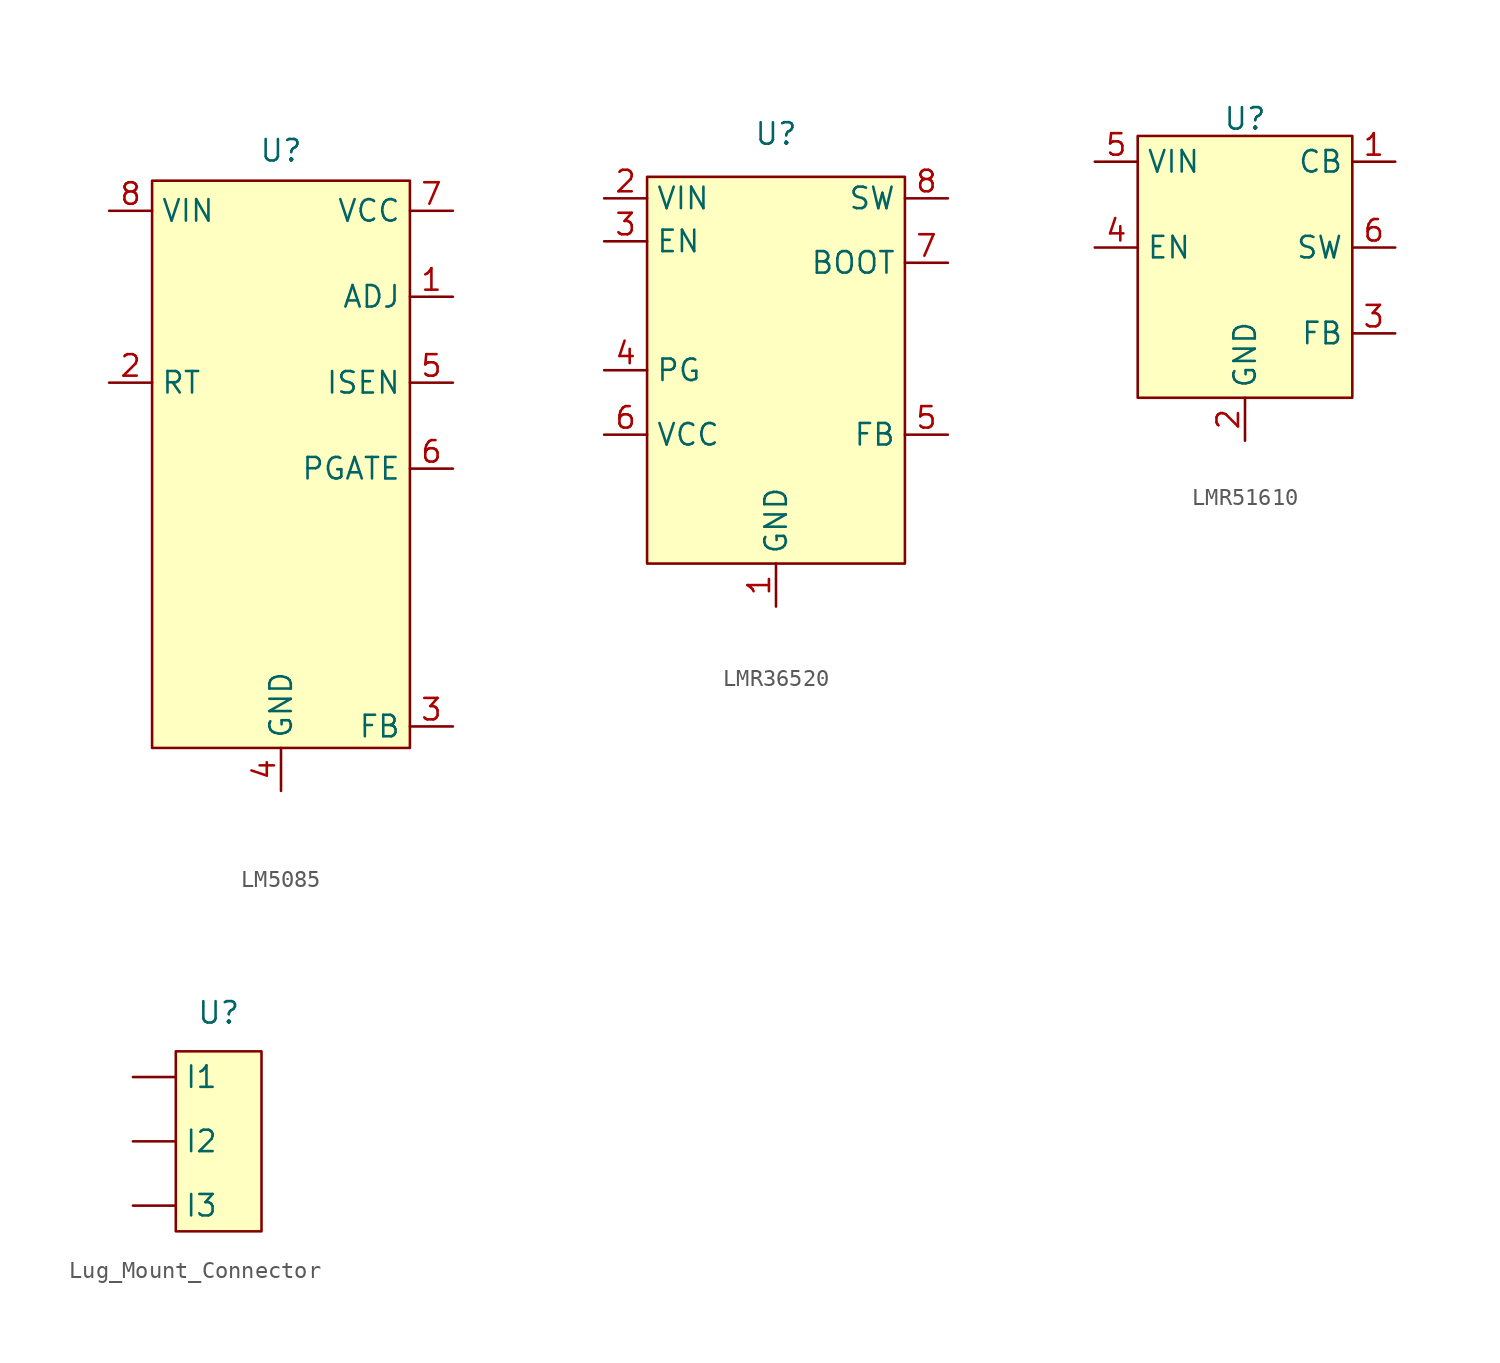
<source format=kicad_sym>
(kicad_symbol_lib
  (version 20241209)
  (generator "kicad_symbol_editor")
  (generator_version "9.0")
  (symbol "LM5085"
    (property "Reference" "U"
      (at 0 18.796 0)
      (effects (font (size 1.27 1.27))))
    (property "Value" ""
      (at 0 0 0)
      (effects (font (size 1.27 1.27))))
    (symbol "LM5085_0_1"
      (rectangle (start -7.62 17.018) (end 7.62 -16.51) (stroke (width 0) (type default)) (fill (type background))))
    (symbol "LM5085_1_1"
      (pin passive line (at -10.16 15.24 0) (length 2.54) (name "VIN" (effects (font (size 1.27 1.27)))) (number "8" (effects (font (size 1.27 1.27)))))
      (pin passive line (at -10.16 5.08 0) (length 2.54) (name "RT" (effects (font (size 1.27 1.27)))) (number "2" (effects (font (size 1.27 1.27)))))
      (pin passive line (at 0 -19.05 90) (length 2.54) (name "GND" (effects (font (size 1.27 1.27)))) (number "4" (effects (font (size 1.27 1.27)))))
      (pin passive line (at 10.16 15.24 180) (length 2.54) (name "VCC" (effects (font (size 1.27 1.27)))) (number "7" (effects (font (size 1.27 1.27)))))
      (pin passive line (at 10.16 10.16 180) (length 2.54) (name "ADJ" (effects (font (size 1.27 1.27)))) (number "1" (effects (font (size 1.27 1.27)))))
      (pin passive line (at 10.16 5.08 180) (length 2.54) (name "ISEN" (effects (font (size 1.27 1.27)))) (number "5" (effects (font (size 1.27 1.27)))))
      (pin passive line (at 10.16 0 180) (length 2.54) (name "PGATE" (effects (font (size 1.27 1.27)))) (number "6" (effects (font (size 1.27 1.27)))))
      (pin passive line (at 10.16 -15.24 180) (length 2.54) (name "FB" (effects (font (size 1.27 1.27)))) (number "3" (effects (font (size 1.27 1.27)))))))
  (symbol "LMR36520"
    (property "Reference" "U"
      (at 0 13.97 0)
      (effects (font (size 1.27 1.27))))
    (property "Value" ""
      (at 0 0 0)
      (effects (font (size 1.27 1.27))))
    (symbol "LMR36520_0_1"
      (rectangle (start -7.62 11.43) (end 7.62 -11.43) (stroke (width 0) (type default)) (fill (type background))))
    (symbol "LMR36520_1_1"
      (pin passive line (at -10.16 10.16 0) (length 2.54) (name "VIN" (effects (font (size 1.27 1.27)))) (number "2" (effects (font (size 1.27 1.27)))))
      (pin passive line (at -10.16 7.62 0) (length 2.54) (name "EN" (effects (font (size 1.27 1.27)))) (number "3" (effects (font (size 1.27 1.27)))))
      (pin passive line (at -10.16 0 0) (length 2.54) (name "PG" (effects (font (size 1.27 1.27)))) (number "4" (effects (font (size 1.27 1.27)))))
      (pin passive line (at -10.16 -3.81 0) (length 2.54) (name "VCC" (effects (font (size 1.27 1.27)))) (number "6" (effects (font (size 1.27 1.27)))))
      (pin passive line (at 0 -13.97 90) (length 2.54) (name "GND" (effects (font (size 1.27 1.27)))) (number "1" (effects (font (size 1.27 1.27)))))
      (pin passive line (at 0 -13.97 90) (length 2.54) (hide yes) (name "EP" (effects (font (size 1.27 1.27)))) (number "9" (effects (font (size 1.27 1.27)))))
      (pin passive line (at 10.16 10.16 180) (length 2.54) (name "SW" (effects (font (size 1.27 1.27)))) (number "8" (effects (font (size 1.27 1.27)))))
      (pin passive line (at 10.16 6.35 180) (length 2.54) (name "BOOT" (effects (font (size 1.27 1.27)))) (number "7" (effects (font (size 1.27 1.27)))))
      (pin passive line (at 10.16 -3.81 180) (length 2.54) (name "FB" (effects (font (size 1.27 1.27)))) (number "5" (effects (font (size 1.27 1.27)))))))
  (symbol "LMR51610"
    (property "Reference" "U"
      (at 0 8.89 0)
      (effects (font (size 1.27 1.27))))
    (property "Value" ""
      (at 0 0 0)
      (effects (font (size 1.27 1.27))))
    (symbol "LMR51610_0_1"
      (rectangle (start -6.35 7.874) (end 6.35 -7.62) (stroke (width 0) (type default)) (fill (type background))))
    (symbol "LMR51610_1_1"
      (pin passive line (at -8.89 6.35 0) (length 2.54) (name "VIN" (effects (font (size 1.27 1.27)))) (number "5" (effects (font (size 1.27 1.27)))))
      (pin passive line (at -8.89 1.27 0) (length 2.54) (name "EN" (effects (font (size 1.27 1.27)))) (number "4" (effects (font (size 1.27 1.27)))))
      (pin passive line (at 0 -10.16 90) (length 2.54) (name "GND" (effects (font (size 1.27 1.27)))) (number "2" (effects (font (size 1.27 1.27)))))
      (pin passive line (at 8.89 6.35 180) (length 2.54) (name "CB" (effects (font (size 1.27 1.27)))) (number "1" (effects (font (size 1.27 1.27)))))
      (pin passive line (at 8.89 1.27 180) (length 2.54) (name "SW" (effects (font (size 1.27 1.27)))) (number "6" (effects (font (size 1.27 1.27)))))
      (pin passive line (at 8.89 -3.81 180) (length 2.54) (name "FB" (effects (font (size 1.27 1.27)))) (number "3" (effects (font (size 1.27 1.27)))))))
  (symbol "Lug_Mount_Connector"
    (property "Reference" "U"
      (at 0 7.62 0)
      (effects (font (size 1.27 1.27))))
    (property "Value" ""
      (at 0 0 0)
      (effects (font (size 1.27 1.27))))
    (symbol "Lug_Mount_Connector_0_1"
      (rectangle (start -2.54 5.334) (end 2.54 -5.334) (stroke (width 0) (type default)) (fill (type background))))
    (symbol "Lug_Mount_Connector_1_1"
      (pin passive line (at -5.08 3.81 0) (length 2.54) (name "I1" (effects (font (size 1.27 1.27)))) (number "" (effects (font (size 1.27 1.27)))))
      (pin passive line (at -5.08 0 0) (length 2.54) (name "I2" (effects (font (size 1.27 1.27)))) (number "" (effects (font (size 1.27 1.27)))))
      (pin passive line (at -5.08 -3.81 0) (length 2.54) (name "I3" (effects (font (size 1.27 1.27)))) (number "" (effects (font (size 1.27 1.27))))))))
</source>
